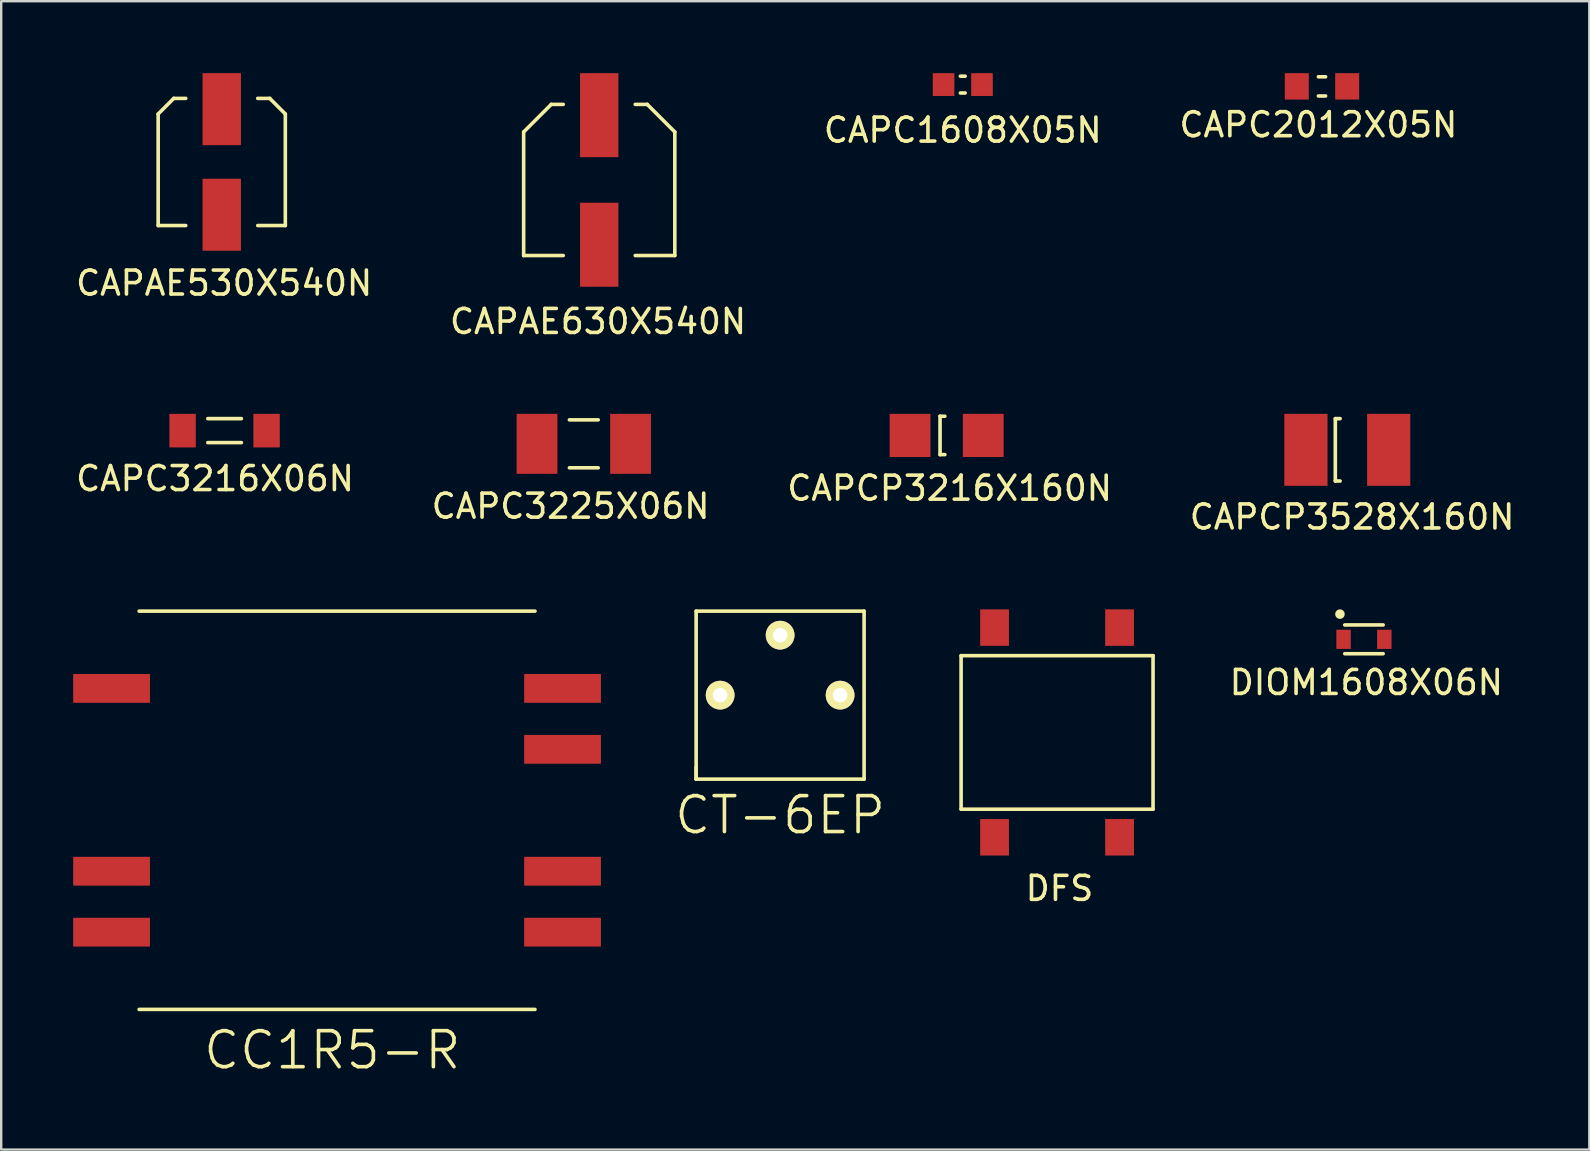
<source format=kicad_pcb>
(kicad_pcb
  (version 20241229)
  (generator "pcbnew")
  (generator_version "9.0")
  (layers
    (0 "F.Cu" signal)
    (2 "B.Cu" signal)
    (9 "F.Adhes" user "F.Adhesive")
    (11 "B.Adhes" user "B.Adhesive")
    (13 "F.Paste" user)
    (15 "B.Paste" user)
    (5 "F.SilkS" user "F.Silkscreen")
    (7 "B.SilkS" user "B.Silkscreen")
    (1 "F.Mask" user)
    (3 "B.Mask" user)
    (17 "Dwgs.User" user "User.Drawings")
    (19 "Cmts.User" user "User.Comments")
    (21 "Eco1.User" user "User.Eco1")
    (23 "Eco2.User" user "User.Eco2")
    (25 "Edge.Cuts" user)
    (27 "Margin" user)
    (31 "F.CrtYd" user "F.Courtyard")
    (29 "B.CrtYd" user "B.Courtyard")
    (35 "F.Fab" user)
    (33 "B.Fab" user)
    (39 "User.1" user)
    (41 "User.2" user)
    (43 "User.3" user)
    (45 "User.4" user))
  (footprint "CAPCP3528X160N"
    (layer "F.Cu")
    (at 53.104 15.698)
    (property "Reference" "CAPCP3528X160N" (at 0.2 2.8 0) (layer "F.SilkS") (effects (font (size 1 1) (thickness 0.15))))
    (attr through_hole)
    (fp_line (start -0.5 -1.3) (end -0.5 1.3) (stroke (width 0.15) (type solid)) (layer "F.SilkS"))
    (fp_line (start -0.5 -1.3) (end -0.3 -1.3) (stroke (width 0.15) (type solid)) (layer "F.SilkS"))
    (fp_line (start -0.5 1.3) (end -0.3 1.3) (stroke (width 0.15) (type solid)) (layer "F.SilkS"))
    (pad "1" smd rect (at -1.725 0) (size 1.8 3) (layers "F.Cu" "F.Mask" "F.Paste"))
    (pad "2" smd rect (at 1.725 0) (size 1.8 3) (layers "F.Cu" "F.Mask" "F.Paste")))
  (footprint "CT-6EP"
    (layer "F.Cu")
    (at 29.464 25.922)
    (property "Reference" "CT-6EP" (at 0 5 0) (layer "F.SilkS") (effects (font (size 1.5 1.5) (thickness 0.15))))
    (attr through_hole)
    (fp_line (start -3.5 -3.5) (end -3.5 3.5) (stroke (width 0.15) (type solid)) (layer "F.SilkS"))
    (fp_line (start -3.5 3.5) (end -3.5 3) (stroke (width 0.15) (type solid)) (layer "F.SilkS"))
    (fp_line (start -3.5 3.5) (end 3.5 3.5) (stroke (width 0.15) (type solid)) (layer "F.SilkS"))
    (fp_line (start 3.5 -3.5) (end -3.5 -3.5) (stroke (width 0.15) (type solid)) (layer "F.SilkS"))
    (fp_line (start 3.5 3.5) (end 3.5 -3.5) (stroke (width 0.15) (type solid)) (layer "F.SilkS"))
    (pad "1" thru_hole circle (at -2.5 0) (size 1.2 1.2) (drill 0.6) (layers "*.Cu" "*.Mask" "F.SilkS"))
    (pad "2" thru_hole circle (at 0 -2.5) (size 1.2 1.2) (drill 0.6) (layers "*.Cu" "*.Mask" "F.SilkS"))
    (pad "3" thru_hole circle (at 2.5 0) (size 1.2 1.2) (drill 0.6) (layers "*.Cu" "*.Mask" "F.SilkS")))
  (footprint "CAPCP3216X160N"
    (layer "F.Cu")
    (at 36.405 15.098)
    (property "Reference" "CAPCP3216X160N" (at 0.125 2.2 0) (layer "F.SilkS") (effects (font (size 1 1) (thickness 0.15))))
    (attr through_hole)
    (fp_line (start -0.275 -0.8) (end -0.275 0.8) (stroke (width 0.15) (type solid)) (layer "F.SilkS"))
    (fp_line (start -0.275 -0.8) (end -0.075 -0.8) (stroke (width 0.15) (type solid)) (layer "F.SilkS"))
    (fp_line (start -0.275 0.8) (end -0.075 0.8) (stroke (width 0.15) (type solid)) (layer "F.SilkS"))
    (pad "1" smd rect (at -1.525 0) (size 1.7 1.8) (layers "F.Cu" "F.Mask" "F.Paste"))
    (pad "2" smd rect (at 1.525 0) (size 1.7 1.8) (layers "F.Cu" "F.Mask" "F.Paste")))
  (footprint "CAPC3216X06N"
    (layer "F.Cu")
    (at 6.311 14.898)
    (property "Reference" "CAPC3216X06N" (at -0.4 2 0) (layer "F.SilkS") (effects (font (size 1 1) (thickness 0.15))))
    (attr through_hole)
    (fp_line (start -0.7 -0.5) (end 0.7 -0.5) (stroke (width 0.15) (type solid)) (layer "F.SilkS"))
    (fp_line (start -0.7 0.5) (end 0.7 0.5) (stroke (width 0.15) (type solid)) (layer "F.SilkS"))
    (pad "1" smd rect (at -1.75 0) (size 1.1 1.4) (layers "F.Cu" "F.Mask" "F.Paste"))
    (pad "2" smd rect (at 1.75 0) (size 1.1 1.4) (layers "F.Cu" "F.Mask" "F.Paste")))
  (footprint "CAPC3225X06N"
    (layer "F.Cu")
    (at 21.282 15.448)
    (property "Reference" "CAPC3225X06N" (at -0.55 2.6 0) (layer "F.SilkS") (effects (font (size 1 1) (thickness 0.15))))
    (attr through_hole)
    (fp_line (start -0.6 -1) (end 0.6 -1) (stroke (width 0.15) (type solid)) (layer "F.SilkS"))
    (fp_line (start -0.6 1) (end 0.6 1) (stroke (width 0.15) (type solid)) (layer "F.SilkS"))
    (pad "1" smd rect (at -1.95 0) (size 1.7 2.5) (layers "F.Cu" "F.Mask" "F.Paste"))
    (pad "2" smd rect (at 1.95 0) (size 1.7 2.5) (layers "F.Cu" "F.Mask" "F.Paste")))
  (footprint "DFS"
    (layer "F.Cu")
    (at 41.007 27.477)
    (property "Reference" "DFS" (at 0.1 6.5 0) (layer "F.SilkS") (effects (font (size 1 1) (thickness 0.15))))
    (attr through_hole)
    (fp_line (start -4 -3.2) (end -4 3.2) (stroke (width 0.15) (type solid)) (layer "F.SilkS"))
    (fp_line (start -4 3.2) (end 4 3.2) (stroke (width 0.15) (type solid)) (layer "F.SilkS"))
    (fp_line (start 4 -3.2) (end -4 -3.2) (stroke (width 0.15) (type solid)) (layer "F.SilkS"))
    (fp_line (start 4 3.2) (end 4 -3.2) (stroke (width 0.15) (type solid)) (layer "F.SilkS"))
    (pad "1" smd rect (at -2.605 -4.37) (size 1.2 1.52) (layers "F.Cu" "F.Mask" "F.Paste"))
    (pad "2" smd rect (at -2.605 4.37) (size 1.2 1.52) (layers "F.Cu" "F.Mask" "F.Paste"))
    (pad "3" smd rect (at 2.605 -4.37) (size 1.2 1.52) (layers "F.Cu" "F.Mask" "F.Paste"))
    (pad "4" smd rect (at 2.605 4.37) (size 1.2 1.52) (layers "F.Cu" "F.Mask" "F.Paste")))
  (footprint "CAPC1608X05N"
    (layer "F.Cu")
    (at 37.077 0.475)
    (property "Reference" "CAPC1608X05N" (at 0 1.9 0) (layer "F.SilkS") (effects (font (size 1 1) (thickness 0.15))))
    (attr through_hole)
    (fp_line (start -0.1 -0.35) (end 0.1 -0.35) (stroke (width 0.15) (type solid)) (layer "F.SilkS"))
    (fp_line (start -0.1 0.35) (end 0.1 0.35) (stroke (width 0.15) (type solid)) (layer "F.SilkS"))
    (pad "1" smd rect (at -0.8 0) (size 0.9 0.95) (layers "F.Cu" "F.Mask" "F.Paste"))
    (pad "2" smd rect (at 0.8 0) (size 0.9 0.95) (layers "F.Cu" "F.Mask" "F.Paste")))
  (footprint "CAPC2012X05N"
    (layer "F.Cu")
    (at 52.049 0.55)
    (property "Reference" "CAPC2012X05N" (at -0.15 1.6 0) (layer "F.SilkS") (effects (font (size 1 1) (thickness 0.15))))
    (attr through_hole)
    (fp_line (start -0.15 -0.4) (end 0.15 -0.4) (stroke (width 0.15) (type solid)) (layer "F.SilkS"))
    (fp_line (start -0.15 0.4) (end 0.15 0.4) (stroke (width 0.15) (type solid)) (layer "F.SilkS"))
    (pad "1" smd rect (at -1.05 0) (size 1 1.1) (layers "F.Cu" "F.Mask" "F.Paste"))
    (pad "2" smd rect (at 1.05 0) (size 1 1.1) (layers "F.Cu" "F.Mask" "F.Paste")))
  (footprint "DIOM1608X06N"
    (layer "F.Cu")
    (at 53.797 23.596)
    (property "Reference" "DIOM1608X06N" (at 0.1 1.8 0) (layer "F.SilkS") (effects (font (size 1 1) (thickness 0.15))))
    (attr through_hole)
    (fp_line (start -0.8 -0.6) (end 0.8 -0.6) (stroke (width 0.15) (type solid)) (layer "F.SilkS"))
    (fp_line (start -0.8 0.6) (end 0.8 0.6) (stroke (width 0.15) (type solid)) (layer "F.SilkS"))
    (fp_circle (center -1 -1.05) (end -1 -0.95) (stroke (width 0.2) (type solid)) (fill no) (layer "F.SilkS"))
    (pad "1" smd rect (at 0.85 0) (size 0.6 0.8) (layers "F.Cu" "F.Mask" "F.Paste"))
    (pad "2" smd rect (at -0.85 0) (size 0.6 0.8) (layers "F.Cu" "F.Mask" "F.Paste")))
  (footprint "CC1R5-R"
    (layer "F.Cu")
    (at 10.998 30.721)
    (property "Reference" "CC1R5-R" (at -0.2 10 0) (layer "F.SilkS") (effects (font (size 1.5 1.5) (thickness 0.15))))
    (attr through_hole)
    (fp_line (start -8.25 -8.3) (end 8.25 -8.3) (stroke (width 0.15) (type solid)) (layer "F.SilkS"))
    (fp_line (start -8.25 8.3) (end 8.25 8.3) (stroke (width 0.15) (type solid)) (layer "F.SilkS"))
    (pad "1" smd rect (at -9.398 -5.08) (size 3.2 1.2) (layers "F.Cu" "F.Mask" "F.Paste"))
    (pad "2" smd rect (at -9.398 2.54) (size 3.2 1.2) (layers "F.Cu" "F.Mask" "F.Paste"))
    (pad "3" smd rect (at -9.398 5.08) (size 3.2 1.2) (layers "F.Cu" "F.Mask" "F.Paste"))
    (pad "4" smd rect (at 9.398 5.08) (size 3.2 1.2) (layers "F.Cu" "F.Mask" "F.Paste"))
    (pad "5" smd rect (at 9.398 2.54) (size 3.2 1.2) (layers "F.Cu" "F.Mask" "F.Paste"))
    (pad "6" smd rect (at 9.398 -2.54) (size 3.2 1.2) (layers "F.Cu" "F.Mask" "F.Paste"))
    (pad "7" smd rect (at 9.398 -5.08) (size 3.2 1.2) (layers "F.Cu" "F.Mask" "F.Paste")))
  (footprint "CAPAE630X540N"
    (layer "F.Cu")
    (at 21.925 4.45)
    (property "Reference" "CAPAE630X540N" (at -0.05 5.9 0) (layer "F.SilkS") (effects (font (size 1 1) (thickness 0.15))))
    (attr through_hole)
    (fp_line (start -3.15 -2) (end -2 -3.15) (stroke (width 0.15) (type solid)) (layer "F.SilkS"))
    (fp_line (start -3.15 3.15) (end -3.15 -2) (stroke (width 0.15) (type solid)) (layer "F.SilkS"))
    (fp_line (start -3.15 3.15) (end -1.5 3.15) (stroke (width 0.15) (type solid)) (layer "F.SilkS"))
    (fp_line (start -2 -3.15) (end -1.5 -3.15) (stroke (width 0.15) (type solid)) (layer "F.SilkS"))
    (fp_line (start 2 -3.15) (end 1.5 -3.15) (stroke (width 0.15) (type solid)) (layer "F.SilkS"))
    (fp_line (start 3.15 -2) (end 2 -3.15) (stroke (width 0.15) (type solid)) (layer "F.SilkS"))
    (fp_line (start 3.15 3.15) (end 1.5 3.15) (stroke (width 0.15) (type solid)) (layer "F.SilkS"))
    (fp_line (start 3.15 3.15) (end 3.15 -2) (stroke (width 0.15) (type solid)) (layer "F.SilkS"))
    (pad "1" smd rect (at 0 -2.7) (size 1.6 3.5) (layers "F.Cu" "F.Mask" "F.Paste"))
    (pad "2" smd rect (at 0 2.7) (size 1.6 3.5) (layers "F.Cu" "F.Mask" "F.Paste")))
  (footprint "CAPAE530X540N"
    (layer "F.Cu")
    (at 6.192 3.7)
    (property "Reference" "CAPAE530X540N" (at 0.1 5.05 0) (layer "F.SilkS") (effects (font (size 1 1) (thickness 0.15))))
    (attr through_hole)
    (fp_line (start -2.65 -2) (end -2 -2.65) (stroke (width 0.15) (type solid)) (layer "F.SilkS"))
    (fp_line (start -2.65 2.65) (end -2.65 -2) (stroke (width 0.15) (type solid)) (layer "F.SilkS"))
    (fp_line (start -2.65 2.65) (end -1.5 2.65) (stroke (width 0.15) (type solid)) (layer "F.SilkS"))
    (fp_line (start -2 -2.65) (end -1.5 -2.65) (stroke (width 0.15) (type solid)) (layer "F.SilkS"))
    (fp_line (start 2 -2.65) (end 1.5 -2.65) (stroke (width 0.15) (type solid)) (layer "F.SilkS"))
    (fp_line (start 2.65 -2) (end 2 -2.65) (stroke (width 0.15) (type solid)) (layer "F.SilkS"))
    (fp_line (start 2.65 2.65) (end 1.5 2.65) (stroke (width 0.15) (type solid)) (layer "F.SilkS"))
    (fp_line (start 2.65 2.65) (end 2.65 -2) (stroke (width 0.15) (type solid)) (layer "F.SilkS"))
    (pad "1" smd rect (at 0 -2.2) (size 1.6 3) (layers "F.Cu" "F.Mask" "F.Paste"))
    (pad "2" smd rect (at 0 2.2) (size 1.6 3) (layers "F.Cu" "F.Mask" "F.Paste")))
  (gr_rect
    (start -3 -3)
    (end 63.19 44.862)
    (stroke (width 0.1) (type default))
    (fill no)
    (layer "Edge.Cuts")))
</source>
